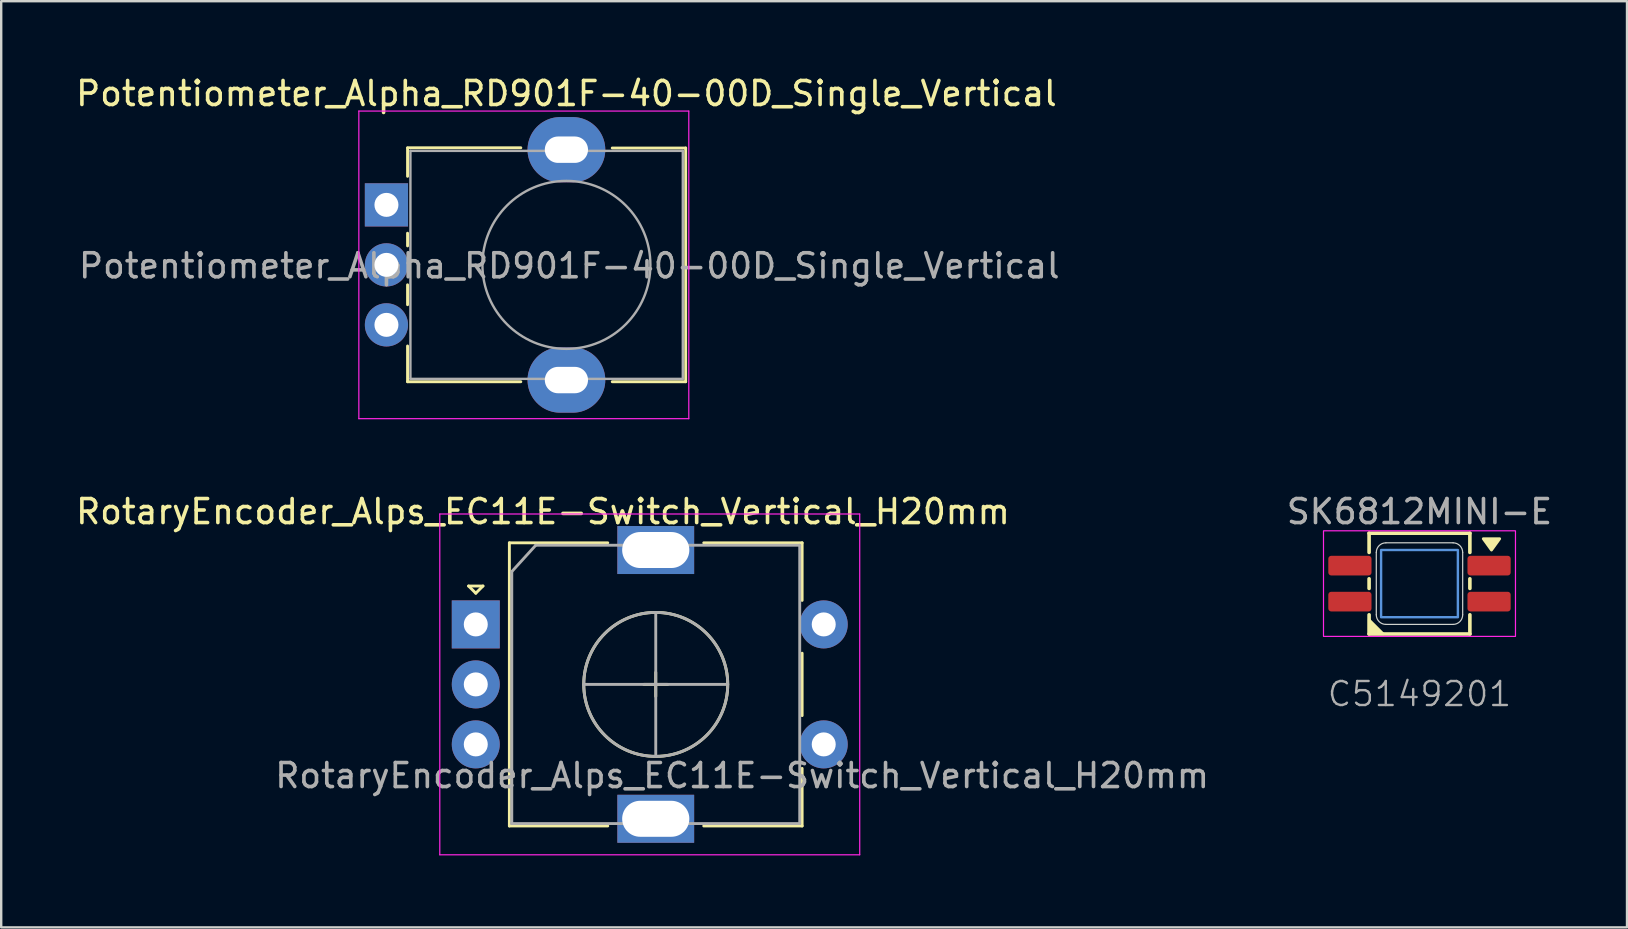
<source format=kicad_pcb>
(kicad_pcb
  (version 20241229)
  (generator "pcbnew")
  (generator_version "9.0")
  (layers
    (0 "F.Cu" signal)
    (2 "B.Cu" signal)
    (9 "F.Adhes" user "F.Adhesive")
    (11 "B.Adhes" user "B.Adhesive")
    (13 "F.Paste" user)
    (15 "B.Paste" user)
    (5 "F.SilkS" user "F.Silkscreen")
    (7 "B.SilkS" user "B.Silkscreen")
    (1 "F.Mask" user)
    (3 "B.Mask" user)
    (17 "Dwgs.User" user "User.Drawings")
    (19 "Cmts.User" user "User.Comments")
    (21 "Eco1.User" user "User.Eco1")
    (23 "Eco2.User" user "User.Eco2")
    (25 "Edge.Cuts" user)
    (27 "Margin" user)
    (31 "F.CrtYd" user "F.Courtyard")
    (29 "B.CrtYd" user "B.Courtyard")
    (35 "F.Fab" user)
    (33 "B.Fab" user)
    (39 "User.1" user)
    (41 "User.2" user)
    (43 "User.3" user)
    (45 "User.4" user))
  (footprint "SK6812MINI-E"
    (layer "F.Cu")
    (at 56.104 21.271)
    (property "Reference" "SK6812MINI-E" (at 0 -3 0) (unlocked yes) (layer "F.SilkS") (effects (font (size 1 1) (thickness 0.1))))
    (property "LCSC Part Number" "C5149201" (at 0 4.6 0) (layer "F.Fab") (effects (font (size 1 1) (thickness 0.1))))
    (attr smd)
    (fp_line (start -2.1 -2.1) (end -2.1 -1.3) (stroke (width 0.15) (type solid)) (layer "F.SilkS"))
    (fp_line (start -2.1 -2.1) (end 2.1 -2.1) (stroke (width 0.15) (type solid)) (layer "F.SilkS"))
    (fp_line (start -2.1 -0.2) (end -2.1 0.2) (stroke (width 0.15) (type solid)) (layer "F.SilkS"))
    (fp_line (start -2.1 2.1) (end -2.1 1.3) (stroke (width 0.15) (type solid)) (layer "F.SilkS"))
    (fp_line (start -2.1 2.1) (end 2.1 2.1) (stroke (width 0.15) (type solid)) (layer "F.SilkS"))
    (fp_line (start 2.1 -2.1) (end 2.1 -1.3) (stroke (width 0.15) (type solid)) (layer "F.SilkS"))
    (fp_line (start 2.1 -0.2) (end 2.1 0.2) (stroke (width 0.15) (type solid)) (layer "F.SilkS"))
    (fp_line (start 2.1 2.1) (end 2.1 1.3) (stroke (width 0.15) (type solid)) (layer "F.SilkS"))
    (fp_poly (pts (xy -2.1 1.5) (xy -1.5 2.1) (xy -2.1 2.1)) (stroke (width 0.1) (type solid)) (fill yes) (layer "F.SilkS"))
    (fp_poly (pts (xy 3 -1.4) (xy 2.66 -1.87) (xy 3.34 -1.87)) (stroke (width 0.12) (type solid)) (fill yes) (layer "F.SilkS"))
    (fp_rect (start -1.6 -1.4) (end 1.6 1.4) (stroke (width 0.1) (type default)) (fill no) (layer "Cmts.User"))
    (fp_line (start -1.8 1.3) (end -1.8 -1.3) (stroke (width 0.05) (type default)) (layer "Edge.Cuts"))
    (fp_line (start -1.4 -1.7) (end 1.4 -1.7) (stroke (width 0.05) (type default)) (layer "Edge.Cuts"))
    (fp_line (start 1.4 1.7) (end -1.4 1.7) (stroke (width 0.05) (type default)) (layer "Edge.Cuts"))
    (fp_line (start 1.8 -1.3) (end 1.8 1.3) (stroke (width 0.05) (type default)) (layer "Edge.Cuts"))
    (fp_arc (start -1.8 -1.3) (mid -1.682843 -1.582843) (end -1.4 -1.7) (stroke (width 0.05) (type default)) (layer "Edge.Cuts"))
    (fp_arc (start -1.4 1.7) (mid -1.682843 1.582843) (end -1.8 1.3) (stroke (width 0.05) (type default)) (layer "Edge.Cuts"))
    (fp_arc (start 1.4 -1.7) (mid 1.682843 -1.582843) (end 1.8 -1.3) (stroke (width 0.05) (type default)) (layer "Edge.Cuts"))
    (fp_arc (start 1.8 1.3) (mid 1.682843 1.582843) (end 1.4 1.7) (stroke (width 0.05) (type default)) (layer "Edge.Cuts"))
    (fp_rect (start -4 -2.2) (end 4 2.2) (stroke (width 0.05) (type default)) (fill no) (layer "F.CrtYd"))
    (fp_text user "${REFERENCE}" (at 0 -3 0) (unlocked yes) (layer "F.Fab") (effects (font (size 1 1) (thickness 0.15))))
    (pad "1" smd roundrect (at 2.9 -0.75) (size 1.8 0.82) (layers "F.Cu" "F.Mask" "F.Paste") (roundrect_rratio 0.15))
    (pad "2" smd roundrect (at 2.9 0.75) (size 1.8 0.82) (layers "F.Cu" "F.Mask" "F.Paste") (roundrect_rratio 0.15))
    (pad "3" smd roundrect (at -2.9 0.75) (size 1.8 0.82) (layers "F.Cu" "F.Mask" "F.Paste") (roundrect_rratio 0.15))
    (pad "4" smd roundrect (at -2.9 -0.75) (size 1.8 0.82) (layers "F.Cu" "F.Mask" "F.Paste") (roundrect_rratio 0.15)))
  (footprint "Potentiometer_Alpha_RD901F-40-00D_Single_Vertical"
    (layer "F.Cu")
    (at 20.554 7.988)
    (property "Reference" "Potentiometer_Alpha_RD901F-40-00D_Single_Vertical" (at 0 -7.14 180) (layer "F.SilkS") (effects (font (size 1 1) (thickness 0.15))))
    (attr through_hole)
    (fp_line (start -6.62 -4.88) (end -1.9 -4.88) (stroke (width 0.12) (type solid)) (layer "F.SilkS"))
    (fp_line (start -6.62 -3.69) (end -6.62 -4.87) (stroke (width 0.12) (type solid)) (layer "F.SilkS"))
    (fp_line (start -6.62 -0.79) (end -6.62 -1.32) (stroke (width 0.12) (type solid)) (layer "F.SilkS"))
    (fp_line (start -6.62 1.66) (end -6.62 0.83) (stroke (width 0.12) (type solid)) (layer "F.SilkS"))
    (fp_line (start -6.62 4.87) (end -6.62 3.38) (stroke (width 0.12) (type solid)) (layer "F.SilkS"))
    (fp_line (start -6.62 4.87) (end -1.9 4.87) (stroke (width 0.12) (type solid)) (layer "F.SilkS"))
    (fp_line (start 1.91 -4.87) (end 4.97 -4.87) (stroke (width 0.12) (type solid)) (layer "F.SilkS"))
    (fp_line (start 1.91 4.87) (end 4.97 4.87) (stroke (width 0.12) (type solid)) (layer "F.SilkS"))
    (fp_line (start 4.97 4.87) (end 4.97 -4.87) (stroke (width 0.12) (type solid)) (layer "F.SilkS"))
    (fp_line (start -8.65 -6.41) (end -8.65 6.41) (stroke (width 0.05) (type solid)) (layer "F.CrtYd"))
    (fp_line (start -8.65 6.41) (end 5.1 6.41) (stroke (width 0.05) (type solid)) (layer "F.CrtYd"))
    (fp_line (start 5.1 -6.41) (end -8.65 -6.41) (stroke (width 0.05) (type solid)) (layer "F.CrtYd"))
    (fp_line (start 5.1 6.41) (end 5.1 -6.41) (stroke (width 0.05) (type solid)) (layer "F.CrtYd"))
    (fp_line (start -6.5 -4.75) (end 4.85 -4.75) (stroke (width 0.1) (type solid)) (layer "F.Fab"))
    (fp_line (start -6.5 4.75) (end -6.5 -4.75) (stroke (width 0.1) (type solid)) (layer "F.Fab"))
    (fp_line (start -6.5 4.75) (end 4.85 4.75) (stroke (width 0.1) (type solid)) (layer "F.Fab"))
    (fp_line (start 4.85 4.75) (end 4.85 -4.75) (stroke (width 0.1) (type solid)) (layer "F.Fab"))
    (fp_circle (center 0 0) (end 0 -3.5) (stroke (width 0.1) (type solid)) (fill no) (layer "F.Fab"))
    (fp_text user "${REFERENCE}" (at 0.12 0.04 0) (layer "F.Fab") (effects (font (size 1 1) (thickness 0.15))))
    (pad "" thru_hole oval (at 0 -4.8 90) (size 2.72 3.24) (drill oval 1.1 1.8) (layers "*.Cu" "*.Mask"))
    (pad "" thru_hole oval (at 0 4.8 90) (size 2.72 3.24) (drill oval 1.1 1.8) (layers "*.Cu" "*.Mask"))
    (pad "1" thru_hole rect (at -7.5 -2.5 90) (size 1.8 1.8) (drill 1) (layers "*.Cu" "*.Mask"))
    (pad "2" thru_hole circle (at -7.5 0 90) (size 1.8 1.8) (drill 1) (layers "*.Cu" "*.Mask"))
    (pad "3" thru_hole circle (at -7.5 2.5 90) (size 1.8 1.8) (drill 1) (layers "*.Cu" "*.Mask")))
  (footprint "RotaryEncoder_Alps_EC11E-Switch_Vertical_H20mm"
    (layer "F.Cu")
    (at 24.277 25.471)
    (property "Reference" "RotaryEncoder_Alps_EC11E-Switch_Vertical_H20mm" (at -4.7 -7.2 0) (layer "F.SilkS") (effects (font (size 1 1) (thickness 0.15))))
    (attr through_hole)
    (fp_line (start -7.8 -4.1) (end -7.2 -4.1) (stroke (width 0.12) (type solid)) (layer "F.SilkS"))
    (fp_line (start -7.5 -3.8) (end -7.8 -4.1) (stroke (width 0.12) (type solid)) (layer "F.SilkS"))
    (fp_line (start -7.2 -4.1) (end -7.5 -3.8) (stroke (width 0.12) (type solid)) (layer "F.SilkS"))
    (fp_line (start -6.1 -5.9) (end -6.1 5.9) (stroke (width 0.12) (type solid)) (layer "F.SilkS"))
    (fp_line (start -2 -5.9) (end -6.1 -5.9) (stroke (width 0.12) (type solid)) (layer "F.SilkS"))
    (fp_line (start -2 5.9) (end -6.1 5.9) (stroke (width 0.12) (type solid)) (layer "F.SilkS"))
    (fp_line (start -0.5 0) (end 0.5 0) (stroke (width 0.12) (type solid)) (layer "F.SilkS"))
    (fp_line (start 0 -0.5) (end 0 0.5) (stroke (width 0.12) (type solid)) (layer "F.SilkS"))
    (fp_line (start 2 -5.9) (end 6.1 -5.9) (stroke (width 0.12) (type solid)) (layer "F.SilkS"))
    (fp_line (start 6.1 -5.9) (end 6.1 -3.5) (stroke (width 0.12) (type solid)) (layer "F.SilkS"))
    (fp_line (start 6.1 -1.3) (end 6.1 1.3) (stroke (width 0.12) (type solid)) (layer "F.SilkS"))
    (fp_line (start 6.1 3.5) (end 6.1 5.9) (stroke (width 0.12) (type solid)) (layer "F.SilkS"))
    (fp_line (start 6.1 5.9) (end 2 5.9) (stroke (width 0.12) (type solid)) (layer "F.SilkS"))
    (fp_circle (center 0 0) (end 3 0) (stroke (width 0.12) (type solid)) (fill no) (layer "F.SilkS"))
    (fp_line (start -9 -7.1) (end -9 7.1) (stroke (width 0.05) (type solid)) (layer "F.CrtYd"))
    (fp_line (start -9 -7.1) (end 8.5 -7.1) (stroke (width 0.05) (type solid)) (layer "F.CrtYd"))
    (fp_line (start 8.5 7.1) (end -9 7.1) (stroke (width 0.05) (type solid)) (layer "F.CrtYd"))
    (fp_line (start 8.5 7.1) (end 8.5 -7.1) (stroke (width 0.05) (type solid)) (layer "F.CrtYd"))
    (fp_line (start -6 -4.7) (end -5 -5.8) (stroke (width 0.12) (type solid)) (layer "F.Fab"))
    (fp_line (start -6 5.8) (end -6 -4.7) (stroke (width 0.12) (type solid)) (layer "F.Fab"))
    (fp_line (start -5 -5.8) (end 6 -5.8) (stroke (width 0.12) (type solid)) (layer "F.Fab"))
    (fp_line (start -3 0) (end 3 0) (stroke (width 0.12) (type solid)) (layer "F.Fab"))
    (fp_line (start 0 -3) (end 0 3) (stroke (width 0.12) (type solid)) (layer "F.Fab"))
    (fp_line (start 6 -5.8) (end 6 5.8) (stroke (width 0.12) (type solid)) (layer "F.Fab"))
    (fp_line (start 6 5.8) (end -6 5.8) (stroke (width 0.12) (type solid)) (layer "F.Fab"))
    (fp_circle (center 0 0) (end 3 0) (stroke (width 0.12) (type solid)) (fill no) (layer "F.Fab"))
    (fp_text user "${REFERENCE}" (at 3.6 3.8 0) (layer "F.Fab") (effects (font (size 1 1) (thickness 0.15))))
    (pad "A" thru_hole rect (at -7.5 -2.5) (size 2 2) (drill 1) (layers "*.Cu" "*.Mask"))
    (pad "B" thru_hole circle (at -7.5 2.5) (size 2 2) (drill 1) (layers "*.Cu" "*.Mask"))
    (pad "C" thru_hole circle (at -7.5 0) (size 2 2) (drill 1) (layers "*.Cu" "*.Mask"))
    (pad "MP" thru_hole rect (at 0 -5.6) (size 3.2 2) (drill oval 2.8 1.5) (layers "*.Cu" "*.Mask"))
    (pad "MP" thru_hole rect (at 0 5.6) (size 3.2 2) (drill oval 2.8 1.5) (layers "*.Cu" "*.Mask"))
    (pad "S1" thru_hole circle (at 7 2.5) (size 2 2) (drill 1) (layers "*.Cu" "*.Mask"))
    (pad "S2" thru_hole circle (at 7 -2.5) (size 2 2) (drill 1) (layers "*.Cu" "*.Mask")))
  (gr_rect
    (start -3 -3)
    (end 64.752 35.596)
    (stroke (width 0.1) (type default))
    (fill no)
    (layer "Edge.Cuts")))
</source>
